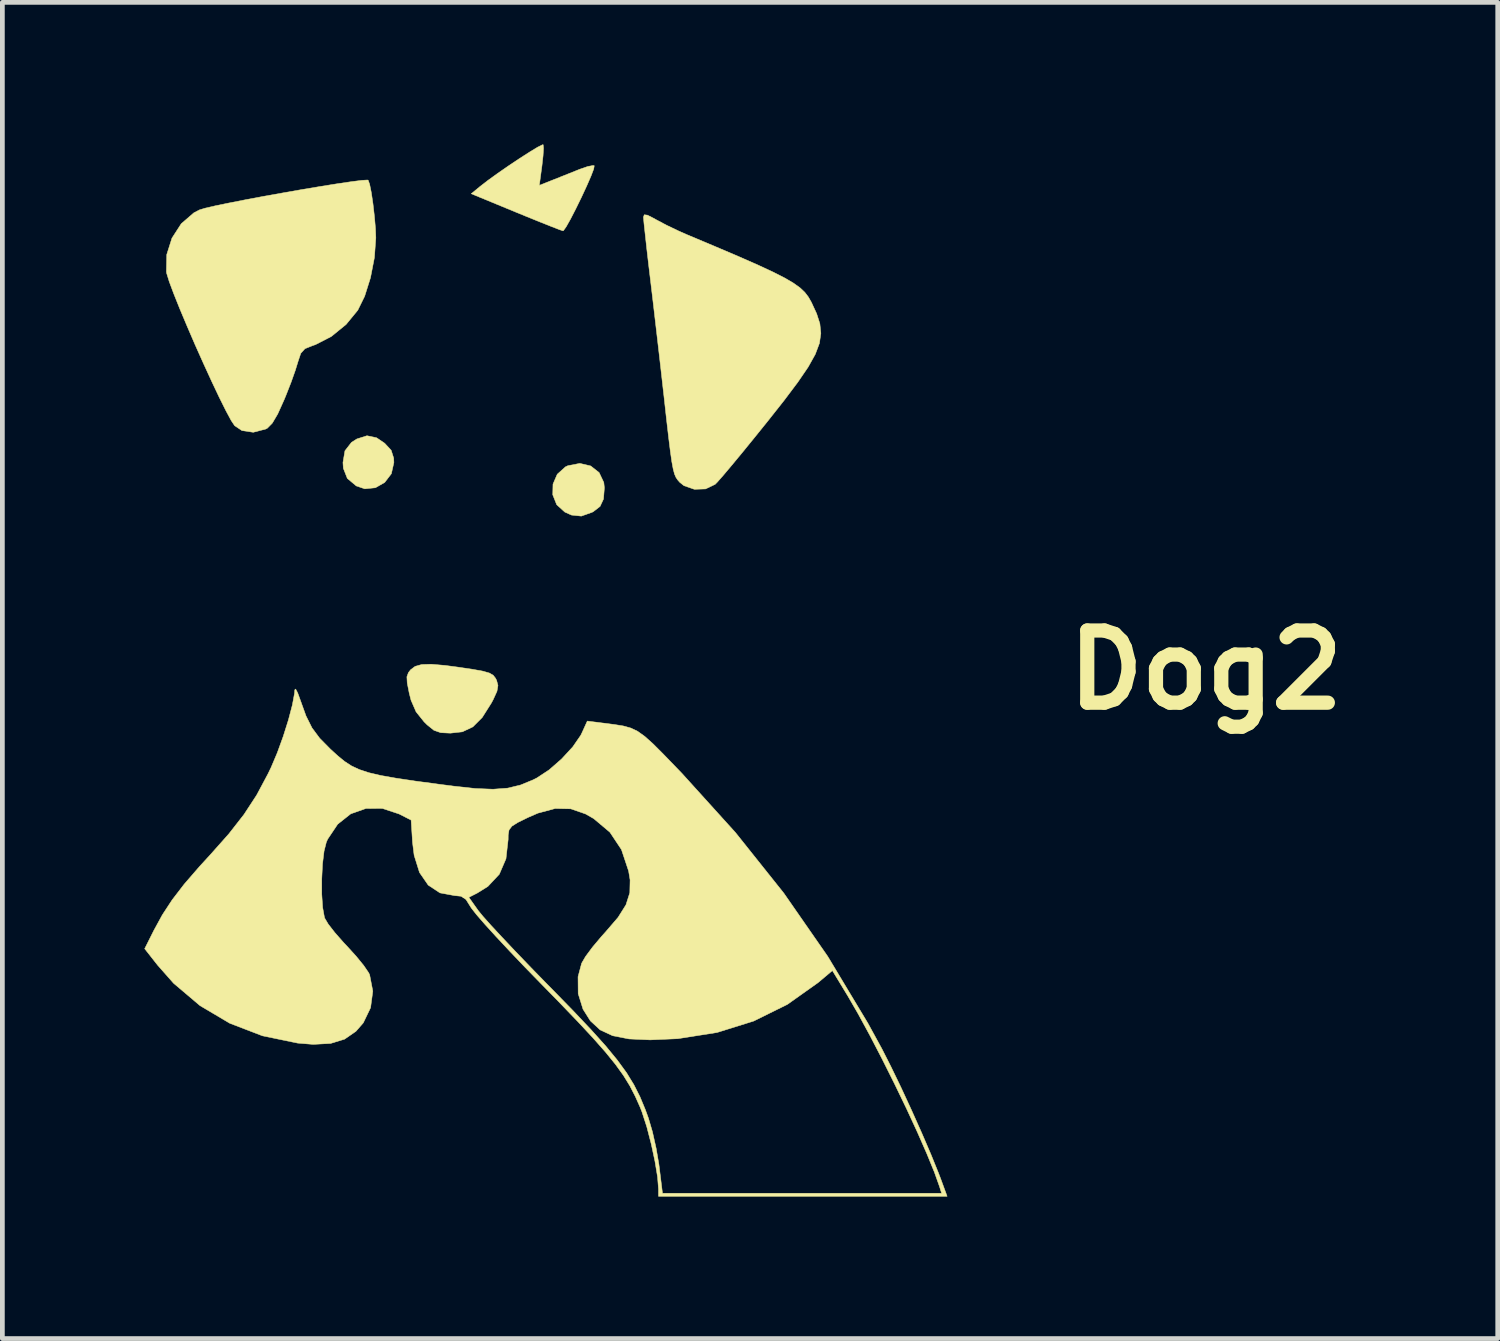
<source format=kicad_pcb>
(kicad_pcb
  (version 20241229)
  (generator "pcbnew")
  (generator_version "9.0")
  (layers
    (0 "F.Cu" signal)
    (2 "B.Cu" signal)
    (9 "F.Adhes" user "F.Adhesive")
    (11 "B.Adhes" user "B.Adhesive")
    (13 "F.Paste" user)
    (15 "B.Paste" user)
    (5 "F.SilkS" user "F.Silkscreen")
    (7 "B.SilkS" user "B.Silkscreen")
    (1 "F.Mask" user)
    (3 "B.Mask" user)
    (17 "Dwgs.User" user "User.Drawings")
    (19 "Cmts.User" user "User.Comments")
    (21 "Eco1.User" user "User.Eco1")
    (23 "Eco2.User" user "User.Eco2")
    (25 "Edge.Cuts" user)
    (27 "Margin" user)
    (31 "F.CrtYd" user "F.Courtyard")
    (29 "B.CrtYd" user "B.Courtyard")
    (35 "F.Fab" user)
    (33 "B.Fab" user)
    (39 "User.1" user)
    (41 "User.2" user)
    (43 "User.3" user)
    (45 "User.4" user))
  (footprint "Dog2"
    (layer "F.Cu")
    (at 8.442 11.098)
    (property "Reference" "Dog2" (at 13.97 0 0) (layer "F.SilkS") (effects (font (size 1.524 1.524) (thickness 0.3))))
    (attr through_hole)
    (fp_poly (pts (xy -3.54 -4.904) (xy -3.37 -4.789) (xy -3.232 -4.64) (xy -3.179 -4.474) (xy -3.175 -4.381) (xy -3.228 -4.145) (xy -3.369 -3.961) (xy -3.565 -3.849) (xy -3.789 -3.826) (xy -3.969 -3.887) (xy -4.158 -4.046) (xy -4.242 -4.26) (xy -4.25 -4.381) (xy -4.208 -4.629) (xy -4.07 -4.807) (xy -3.957 -4.879) (xy -3.743 -4.947) (xy -3.54 -4.904)) (stroke (width 0.01) (type solid)) (fill yes) (layer "F.SilkS"))
    (fp_poly (pts (xy 0.981 -4.309) (xy 1.159 -4.169) (xy 1.258 -3.96) (xy 1.27 -3.847) (xy 1.251 -3.61) (xy 1.179 -3.455) (xy 1.036 -3.344) (xy 1.011 -3.331) (xy 0.783 -3.25) (xy 0.575 -3.272) (xy 0.435 -3.335) (xy 0.263 -3.491) (xy 0.18 -3.7) (xy 0.185 -3.926) (xy 0.275 -4.134) (xy 0.448 -4.29) (xy 0.499 -4.314) (xy 0.752 -4.363) (xy 0.981 -4.309)) (stroke (width 0.01) (type solid)) (fill yes) (layer "F.SilkS"))
    (fp_poly (pts (xy -2.095 -0.097) (xy -1.822 -0.061) (xy -1.506 -0.014) (xy -1.292 0.025) (xy -1.157 0.064) (xy -1.077 0.111) (xy -1.028 0.174) (xy -1.006 0.218) (xy -0.977 0.326) (xy -0.998 0.449) (xy -1.079 0.627) (xy -1.117 0.698) (xy -1.31 1.003) (xy -1.507 1.2) (xy -1.729 1.305) (xy -1.981 1.333) (xy -2.185 1.323) (xy -2.329 1.273) (xy -2.472 1.158) (xy -2.536 1.095) (xy -2.706 0.883) (xy -2.813 0.637) (xy -2.851 0.487) (xy -2.893 0.274) (xy -2.9 0.143) (xy -2.868 0.055) (xy -2.822 -0.005) (xy -2.726 -0.077) (xy -2.588 -0.116) (xy -2.384 -0.122) (xy -2.095 -0.097)) (stroke (width 0.01) (type solid)) (fill yes) (layer "F.SilkS"))
    (fp_poly (pts (xy -0.015 -11.019) (xy -0.025 -10.856) (xy -0.048 -10.649) (xy -0.104 -10.234) (xy 0.186 -10.349) (xy 0.432 -10.447) (xy 0.687 -10.549) (xy 0.749 -10.574) (xy 0.917 -10.632) (xy 1.032 -10.654) (xy 1.056 -10.649) (xy 1.045 -10.581) (xy 0.987 -10.429) (xy 0.896 -10.22) (xy 0.785 -9.981) (xy 0.667 -9.74) (xy 0.556 -9.524) (xy 0.464 -9.361) (xy 0.406 -9.279) (xy 0.396 -9.274) (xy 0.324 -9.298) (xy 0.156 -9.363) (xy -0.088 -9.46) (xy -0.386 -9.581) (xy -0.596 -9.667) (xy -1.541 -10.057) (xy -1.358 -10.208) (xy -1.197 -10.333) (xy -0.988 -10.484) (xy -0.754 -10.646) (xy -0.519 -10.803) (xy -0.305 -10.94) (xy -0.137 -11.042) (xy -0.038 -11.091) (xy -0.023 -11.093) (xy -0.015 -11.019)) (stroke (width 0.01) (type solid)) (fill yes) (layer "F.SilkS"))
    (fp_poly (pts (xy -3.718 -10.343) (xy -3.687 -10.258) (xy -3.651 -10.08) (xy -3.616 -9.843) (xy -3.586 -9.581) (xy -3.564 -9.327) (xy -3.556 -9.125) (xy -3.586 -8.709) (xy -3.669 -8.283) (xy -3.792 -7.893) (xy -3.937 -7.598) (xy -4.184 -7.297) (xy -4.497 -7.042) (xy -4.832 -6.87) (xy -4.894 -6.849) (xy -5.053 -6.785) (xy -5.141 -6.687) (xy -5.2 -6.511) (xy -5.256 -6.329) (xy -5.346 -6.075) (xy -5.455 -5.797) (xy -5.494 -5.703) (xy -5.628 -5.406) (xy -5.742 -5.213) (xy -5.846 -5.107) (xy -5.879 -5.089) (xy -6.144 -5.02) (xy -6.383 -5.056) (xy -6.537 -5.159) (xy -6.61 -5.268) (xy -6.721 -5.474) (xy -6.862 -5.757) (xy -7.023 -6.097) (xy -7.196 -6.474) (xy -7.372 -6.868) (xy -7.54 -7.258) (xy -7.694 -7.624) (xy -7.823 -7.946) (xy -7.919 -8.203) (xy -7.972 -8.375) (xy -7.978 -8.409) (xy -7.971 -8.772) (xy -7.861 -9.12) (xy -7.664 -9.425) (xy -7.399 -9.654) (xy -7.278 -9.717) (xy -7.161 -9.752) (xy -6.947 -9.802) (xy -6.656 -9.862) (xy -6.305 -9.931) (xy -5.916 -10.004) (xy -5.507 -10.077) (xy -5.098 -10.149) (xy -4.708 -10.214) (xy -4.358 -10.27) (xy -4.065 -10.313) (xy -3.851 -10.34) (xy -3.733 -10.347) (xy -3.718 -10.343)) (stroke (width 0.01) (type solid)) (fill yes) (layer "F.SilkS"))
    (fp_poly (pts (xy 2.18 -9.605) (xy 2.322 -9.533) (xy 2.365 -9.508) (xy 2.578 -9.395) (xy 2.839 -9.27) (xy 3.016 -9.192) (xy 3.618 -8.939) (xy 4.113 -8.728) (xy 4.513 -8.552) (xy 4.831 -8.404) (xy 5.077 -8.279) (xy 5.263 -8.17) (xy 5.4 -8.072) (xy 5.501 -7.977) (xy 5.576 -7.879) (xy 5.637 -7.773) (xy 5.644 -7.759) (xy 5.752 -7.525) (xy 5.82 -7.314) (xy 5.841 -7.11) (xy 5.811 -6.9) (xy 5.723 -6.667) (xy 5.573 -6.398) (xy 5.354 -6.077) (xy 5.062 -5.689) (xy 4.722 -5.259) (xy 4.444 -4.914) (xy 4.186 -4.597) (xy 3.96 -4.324) (xy 3.779 -4.109) (xy 3.655 -3.968) (xy 3.609 -3.921) (xy 3.407 -3.824) (xy 3.17 -3.816) (xy 2.951 -3.892) (xy 2.863 -3.962) (xy 2.819 -4.012) (xy 2.783 -4.065) (xy 2.751 -4.138) (xy 2.723 -4.244) (xy 2.694 -4.398) (xy 2.663 -4.616) (xy 2.626 -4.913) (xy 2.581 -5.302) (xy 2.526 -5.799) (xy 2.51 -5.937) (xy 2.47 -6.293) (xy 2.419 -6.736) (xy 2.362 -7.226) (xy 2.304 -7.723) (xy 2.254 -8.143) (xy 2.206 -8.543) (xy 2.164 -8.904) (xy 2.131 -9.206) (xy 2.107 -9.427) (xy 2.096 -9.549) (xy 2.095 -9.562) (xy 2.112 -9.613) (xy 2.18 -9.605)) (stroke (width 0.01) (type solid)) (fill yes) (layer "F.SilkS"))
    (fp_poly (pts (xy -5.205 0.486) (xy -5.151 0.635) (xy -5.031 0.968) (xy -4.904 1.222) (xy -4.742 1.44) (xy -4.516 1.669) (xy -4.512 1.673) (xy -4.356 1.815) (xy -4.214 1.931) (xy -4.069 2.025) (xy -3.904 2.102) (xy -3.704 2.168) (xy -3.451 2.227) (xy -3.129 2.284) (xy -2.723 2.345) (xy -2.214 2.413) (xy -1.921 2.451) (xy -1.454 2.502) (xy -1.081 2.517) (xy -0.772 2.494) (xy -0.5 2.428) (xy -0.235 2.319) (xy -0.154 2.278) (xy 0.104 2.108) (xy 0.368 1.877) (xy 0.603 1.622) (xy 0.77 1.38) (xy 0.797 1.325) (xy 0.909 1.078) (xy 1.232 1.119) (xy 1.477 1.15) (xy 1.669 1.181) (xy 1.828 1.225) (xy 1.972 1.294) (xy 2.122 1.401) (xy 2.296 1.557) (xy 2.514 1.775) (xy 2.796 2.067) (xy 2.907 2.182) (xy 4.038 3.432) (xy 5.059 4.712) (xy 5.986 6.047) (xy 6.834 7.458) (xy 7.131 8.001) (xy 7.319 8.371) (xy 7.533 8.813) (xy 7.755 9.293) (xy 7.972 9.778) (xy 8.167 10.232) (xy 8.325 10.622) (xy 8.373 10.747) (xy 8.507 11.113) (xy 2.413 11.113) (xy 2.413 10.962) (xy 2.393 10.706) (xy 2.338 10.374) (xy 2.259 10.006) (xy 2.165 9.644) (xy 2.064 9.332) (xy 2.026 9.235) (xy 1.922 9.002) (xy 1.808 8.781) (xy 1.672 8.56) (xy 1.504 8.327) (xy 1.294 8.068) (xy 1.031 7.77) (xy 0.706 7.421) (xy 0.307 7.006) (xy -0.055 6.636) (xy -0.404 6.278) (xy -0.728 5.938) (xy -1.016 5.63) (xy -1.255 5.367) (xy -1.433 5.162) (xy -1.537 5.029) (xy -1.555 5.001) (xy -1.653 4.845) (xy -1.72 4.8) (xy -1.592 4.8) (xy -1.391 5.083) (xy -1.295 5.2) (xy -1.123 5.393) (xy -0.887 5.647) (xy -0.602 5.949) (xy -0.28 6.284) (xy 0.066 6.639) (xy 0.157 6.731) (xy 0.615 7.2) (xy 0.991 7.598) (xy 1.297 7.938) (xy 1.541 8.235) (xy 1.737 8.503) (xy 1.893 8.757) (xy 2.022 9.012) (xy 2.134 9.282) (xy 2.2 9.463) (xy 2.285 9.752) (xy 2.363 10.1) (xy 2.421 10.437) (xy 2.427 10.483) (xy 2.497 11.049) (xy 8.391 11.049) (xy 8.346 10.906) (xy 8.239 10.605) (xy 8.08 10.216) (xy 7.88 9.76) (xy 7.649 9.26) (xy 7.397 8.738) (xy 7.136 8.216) (xy 6.877 7.717) (xy 6.629 7.261) (xy 6.404 6.872) (xy 6.385 6.841) (xy 6.085 6.347) (xy 5.78 6.603) (xy 5.133 7.062) (xy 4.422 7.413) (xy 3.65 7.654) (xy 2.818 7.785) (xy 2.236 7.81) (xy 1.79 7.79) (xy 1.444 7.722) (xy 1.179 7.598) (xy 0.974 7.408) (xy 0.819 7.162) (xy 0.717 6.834) (xy 0.714 6.476) (xy 0.79 6.191) (xy 0.874 6.047) (xy 1.023 5.847) (xy 1.209 5.626) (xy 1.293 5.533) (xy 1.558 5.225) (xy 1.726 4.958) (xy 1.807 4.703) (xy 1.813 4.433) (xy 1.782 4.246) (xy 1.631 3.793) (xy 1.387 3.426) (xy 1.045 3.138) (xy 0.874 3.04) (xy 0.56 2.931) (xy 0.232 2.924) (xy -0.133 3.022) (xy -0.342 3.113) (xy -0.558 3.219) (xy -0.683 3.298) (xy -0.743 3.377) (xy -0.761 3.482) (xy -0.762 3.579) (xy -0.808 3.986) (xy -0.949 4.313) (xy -1.19 4.57) (xy -1.415 4.71) (xy -1.592 4.8) (xy -1.72 4.8) (xy -1.757 4.777) (xy -1.894 4.763) (xy -2.202 4.706) (xy -2.45 4.542) (xy -2.634 4.275) (xy -2.747 3.913) (xy -2.781 3.64) (xy -2.811 3.169) (xy -3.064 3.04) (xy -3.419 2.922) (xy -3.766 2.924) (xy -4.086 3.037) (xy -4.361 3.255) (xy -4.572 3.57) (xy -4.601 3.634) (xy -4.649 3.823) (xy -4.682 4.096) (xy -4.698 4.412) (xy -4.698 4.732) (xy -4.679 5.015) (xy -4.642 5.219) (xy -4.634 5.242) (xy -4.562 5.364) (xy -4.423 5.543) (xy -4.243 5.748) (xy -4.162 5.834) (xy -3.972 6.043) (xy -3.812 6.239) (xy -3.708 6.392) (xy -3.687 6.434) (xy -3.62 6.781) (xy -3.667 7.131) (xy -3.821 7.451) (xy -3.977 7.63) (xy -4.216 7.795) (xy -4.51 7.885) (xy -4.879 7.905) (xy -5.208 7.878) (xy -5.951 7.724) (xy -6.641 7.459) (xy -7.269 7.087) (xy -7.827 6.614) (xy -8.164 6.232) (xy -8.437 5.885) (xy -8.243 5.498) (xy -8.064 5.17) (xy -7.857 4.854) (xy -7.602 4.522) (xy -7.28 4.15) (xy -7.057 3.907) (xy -6.659 3.459) (xy -6.339 3.049) (xy -6.072 2.64) (xy -5.835 2.196) (xy -5.768 2.058) (xy -5.637 1.748) (xy -5.511 1.401) (xy -5.401 1.052) (xy -5.318 0.736) (xy -5.272 0.487) (xy -5.267 0.418) (xy -5.249 0.401) (xy -5.205 0.486)) (stroke (width 0.01) (type solid)) (fill yes) (layer "F.SilkS")))
  (gr_rect
    (start -3 -3)
    (end 28.576 25.215)
    (stroke (width 0.1) (type default))
    (fill no)
    (layer "Edge.Cuts")))
</source>
